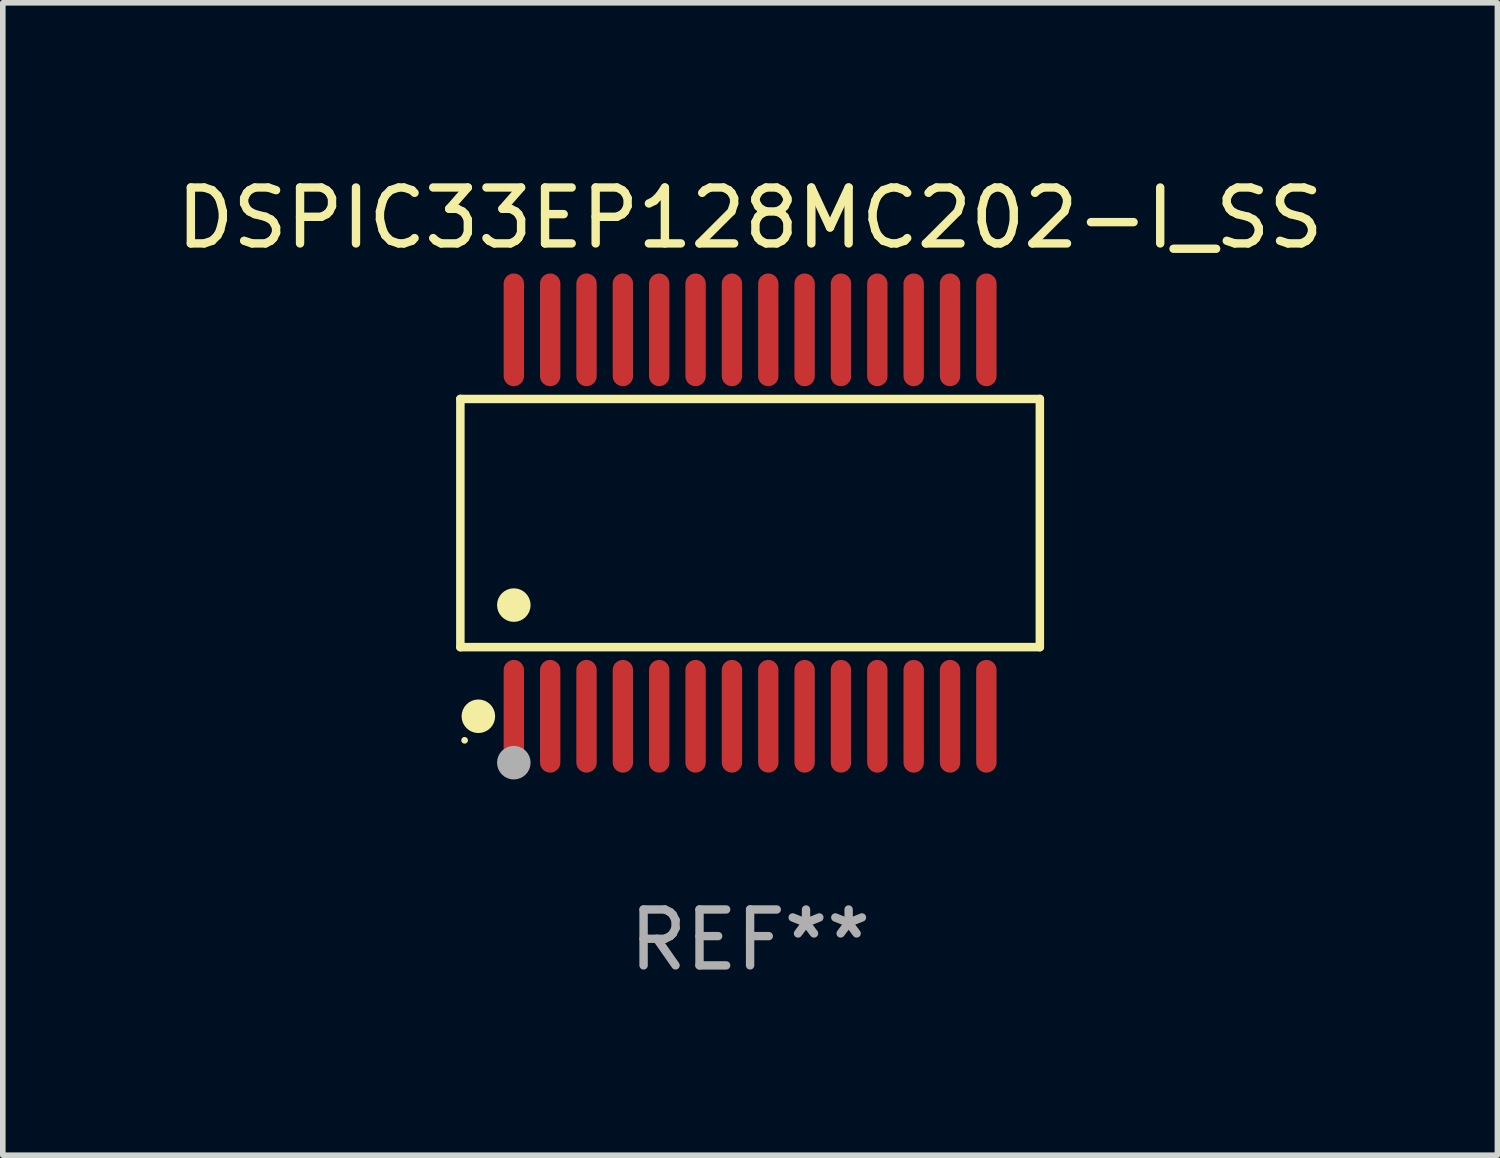
<source format=kicad_pcb>
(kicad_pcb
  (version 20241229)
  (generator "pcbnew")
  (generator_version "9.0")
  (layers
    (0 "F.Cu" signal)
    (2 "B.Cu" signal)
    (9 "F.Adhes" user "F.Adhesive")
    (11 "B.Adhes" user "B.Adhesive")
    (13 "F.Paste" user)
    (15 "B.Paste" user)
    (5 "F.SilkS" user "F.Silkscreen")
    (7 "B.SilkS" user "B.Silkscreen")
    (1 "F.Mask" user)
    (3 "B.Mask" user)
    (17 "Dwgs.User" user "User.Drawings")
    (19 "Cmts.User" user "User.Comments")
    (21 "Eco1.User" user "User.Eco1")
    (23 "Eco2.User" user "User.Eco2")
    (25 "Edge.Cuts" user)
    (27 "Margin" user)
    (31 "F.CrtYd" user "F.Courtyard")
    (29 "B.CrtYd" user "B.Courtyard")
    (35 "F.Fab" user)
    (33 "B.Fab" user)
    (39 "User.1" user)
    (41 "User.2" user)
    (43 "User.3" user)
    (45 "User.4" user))
  (footprint "DSPIC33EP128MC202-I_SS"
    (layer "F.Cu")
    (at 10.363 6.303)
    (property "Reference" "DSPIC33EP128MC202-I_SS" (at 0 -5.455 0) (layer "F.SilkS") (effects (font (size 1 1) (thickness 0.15))))
    (attr through_hole)
    (fp_line (start -5.181 -2.219) (end 5.181 -2.219) (stroke (width 0.152) (type solid)) (layer "F.SilkS"))
    (fp_line (start -5.181 2.219) (end -5.181 -2.219) (stroke (width 0.152) (type solid)) (layer "F.SilkS"))
    (fp_line (start 5.181 -2.219) (end 5.181 2.219) (stroke (width 0.152) (type solid)) (layer "F.SilkS"))
    (fp_line (start 5.181 2.219) (end -5.181 2.219) (stroke (width 0.152) (type solid)) (layer "F.SilkS"))
    (fp_circle (center -5.105 3.885) (end -5.075 3.885) (stroke (width 0.06) (type solid)) (fill no) (layer "F.SilkS"))
    (fp_circle (center -4.859 3.455) (end -4.709 3.455) (stroke (width 0.3) (type solid)) (fill no) (layer "F.SilkS"))
    (fp_circle (center -4.225 1.467) (end -4.075 1.467) (stroke (width 0.3) (type solid)) (fill no) (layer "F.SilkS"))
    (fp_circle (center -4.225 4.285) (end -4.075 4.285) (stroke (width 0.3) (type solid)) (fill no) (layer "F.Fab"))
    (fp_text user "REF**" (at 0 7.455 0) (layer "F.Fab") (effects (font (size 1 1) (thickness 0.15))))
    (pad "1" smd oval (at -4.225 3.455) (size 0.364 2.015) (layers "F.Cu" "F.Mask" "F.Paste"))
    (pad "2" smd oval (at -3.575 3.455) (size 0.364 2.015) (layers "F.Cu" "F.Mask" "F.Paste"))
    (pad "3" smd oval (at -2.925 3.455) (size 0.364 2.015) (layers "F.Cu" "F.Mask" "F.Paste"))
    (pad "4" smd oval (at -2.275 3.455) (size 0.364 2.015) (layers "F.Cu" "F.Mask" "F.Paste"))
    (pad "5" smd oval (at -1.625 3.455) (size 0.364 2.015) (layers "F.Cu" "F.Mask" "F.Paste"))
    (pad "6" smd oval (at -0.975 3.455) (size 0.364 2.015) (layers "F.Cu" "F.Mask" "F.Paste"))
    (pad "7" smd oval (at -0.325 3.455) (size 0.364 2.015) (layers "F.Cu" "F.Mask" "F.Paste"))
    (pad "8" smd oval (at 0.325 3.455) (size 0.364 2.015) (layers "F.Cu" "F.Mask" "F.Paste"))
    (pad "9" smd oval (at 0.975 3.455) (size 0.364 2.015) (layers "F.Cu" "F.Mask" "F.Paste"))
    (pad "10" smd oval (at 1.625 3.455) (size 0.364 2.015) (layers "F.Cu" "F.Mask" "F.Paste"))
    (pad "11" smd oval (at 2.275 3.455) (size 0.364 2.015) (layers "F.Cu" "F.Mask" "F.Paste"))
    (pad "12" smd oval (at 2.925 3.455) (size 0.364 2.015) (layers "F.Cu" "F.Mask" "F.Paste"))
    (pad "13" smd oval (at 3.575 3.455) (size 0.364 2.015) (layers "F.Cu" "F.Mask" "F.Paste"))
    (pad "14" smd oval (at 4.225 3.455) (size 0.364 2.015) (layers "F.Cu" "F.Mask" "F.Paste"))
    (pad "15" smd oval (at 4.225 -3.455) (size 0.364 2.015) (layers "F.Cu" "F.Mask" "F.Paste"))
    (pad "16" smd oval (at 3.575 -3.455) (size 0.364 2.015) (layers "F.Cu" "F.Mask" "F.Paste"))
    (pad "17" smd oval (at 2.925 -3.455) (size 0.364 2.015) (layers "F.Cu" "F.Mask" "F.Paste"))
    (pad "18" smd oval (at 2.275 -3.455) (size 0.364 2.015) (layers "F.Cu" "F.Mask" "F.Paste"))
    (pad "19" smd oval (at 1.625 -3.455) (size 0.364 2.015) (layers "F.Cu" "F.Mask" "F.Paste"))
    (pad "20" smd oval (at 0.975 -3.455) (size 0.364 2.015) (layers "F.Cu" "F.Mask" "F.Paste"))
    (pad "21" smd oval (at 0.325 -3.455) (size 0.364 2.015) (layers "F.Cu" "F.Mask" "F.Paste"))
    (pad "22" smd oval (at -0.325 -3.455) (size 0.364 2.015) (layers "F.Cu" "F.Mask" "F.Paste"))
    (pad "23" smd oval (at -0.975 -3.455) (size 0.364 2.015) (layers "F.Cu" "F.Mask" "F.Paste"))
    (pad "24" smd oval (at -1.625 -3.455) (size 0.364 2.015) (layers "F.Cu" "F.Mask" "F.Paste"))
    (pad "25" smd oval (at -2.275 -3.455) (size 0.364 2.015) (layers "F.Cu" "F.Mask" "F.Paste"))
    (pad "26" smd oval (at -2.925 -3.455) (size 0.364 2.015) (layers "F.Cu" "F.Mask" "F.Paste"))
    (pad "27" smd oval (at -3.575 -3.455) (size 0.364 2.015) (layers "F.Cu" "F.Mask" "F.Paste"))
    (pad "28" smd oval (at -4.225 -3.455) (size 0.364 2.015) (layers "F.Cu" "F.Mask" "F.Paste")))
  (gr_rect
    (start -3 -3)
    (end 23.726 17.607)
    (stroke (width 0.1) (type default))
    (fill no)
    (layer "Edge.Cuts")))
</source>
